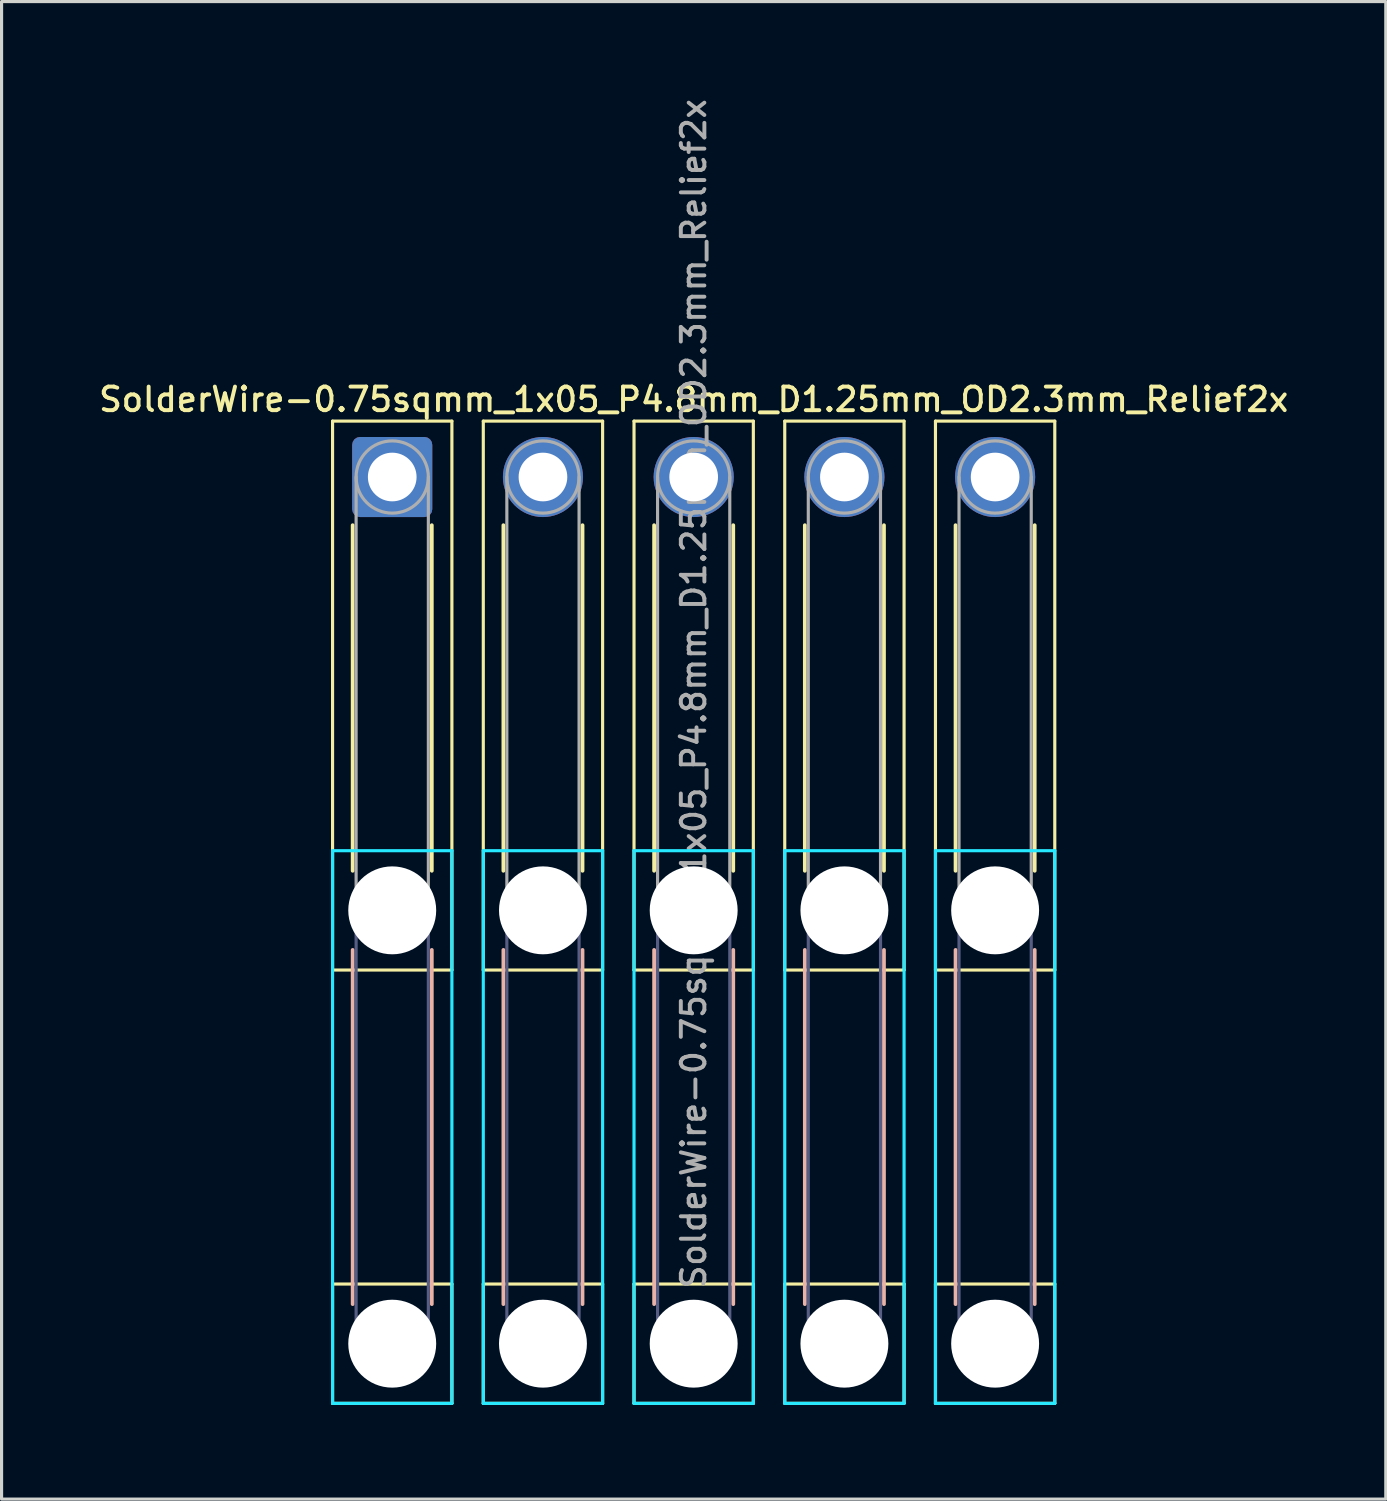
<source format=kicad_pcb>
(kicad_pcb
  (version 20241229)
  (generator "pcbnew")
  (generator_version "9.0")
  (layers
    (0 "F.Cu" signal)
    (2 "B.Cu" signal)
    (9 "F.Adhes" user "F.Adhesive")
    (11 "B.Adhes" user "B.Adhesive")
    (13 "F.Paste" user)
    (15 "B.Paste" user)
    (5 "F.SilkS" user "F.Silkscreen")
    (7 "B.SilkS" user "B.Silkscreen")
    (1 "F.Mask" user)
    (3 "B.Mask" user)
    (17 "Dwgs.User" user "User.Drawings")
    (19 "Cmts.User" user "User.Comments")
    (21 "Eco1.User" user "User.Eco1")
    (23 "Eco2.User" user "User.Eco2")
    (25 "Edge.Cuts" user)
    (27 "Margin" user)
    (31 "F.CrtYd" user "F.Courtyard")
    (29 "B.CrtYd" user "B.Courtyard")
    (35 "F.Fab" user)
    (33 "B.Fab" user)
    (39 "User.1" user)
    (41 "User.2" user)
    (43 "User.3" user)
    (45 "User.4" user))
  (footprint "SolderWire-0.75sqmm_1x05_P4.8mm_D1.25mm_OD2.3mm_Relief2x"
    (layer "F.Cu")
    (at 9.441 12.141)
    (property "Reference" "SolderWire-0.75sqmm_1x05_P4.8mm_D1.25mm_OD2.3mm_Relief2x" (at 9.6 -2.47 0) (layer "F.SilkS") (effects (font (size 0.75 0.75) (thickness 0.125))))
    (attr exclude_from_pos_files exclude_from_bom)
    (fp_line (start -1.9 -1.78) (end -1.9 15.7) (stroke (width 0.1) (type solid)) (layer "F.SilkS"))
    (fp_line (start -1.9 15.7) (end 1.9 15.7) (stroke (width 0.1) (type solid)) (layer "F.SilkS"))
    (fp_line (start -1.9 25.7) (end -1.9 29.5) (stroke (width 0.1) (type solid)) (layer "F.SilkS"))
    (fp_line (start -1.9 29.5) (end 1.9 29.5) (stroke (width 0.1) (type solid)) (layer "F.SilkS"))
    (fp_line (start -1.26 1.535) (end -1.26 12.54) (stroke (width 0.12) (type solid)) (layer "F.SilkS"))
    (fp_line (start 1.26 1.535) (end 1.26 12.54) (stroke (width 0.12) (type solid)) (layer "F.SilkS"))
    (fp_line (start 1.9 -1.78) (end -1.9 -1.78) (stroke (width 0.1) (type solid)) (layer "F.SilkS"))
    (fp_line (start 1.9 15.7) (end 1.9 -1.78) (stroke (width 0.1) (type solid)) (layer "F.SilkS"))
    (fp_line (start 1.9 25.7) (end -1.9 25.7) (stroke (width 0.1) (type solid)) (layer "F.SilkS"))
    (fp_line (start 1.9 29.5) (end 1.9 25.7) (stroke (width 0.1) (type solid)) (layer "F.SilkS"))
    (fp_line (start 2.9 -1.78) (end 2.9 15.7) (stroke (width 0.1) (type solid)) (layer "F.SilkS"))
    (fp_line (start 2.9 15.7) (end 6.7 15.7) (stroke (width 0.1) (type solid)) (layer "F.SilkS"))
    (fp_line (start 2.9 25.7) (end 2.9 29.5) (stroke (width 0.1) (type solid)) (layer "F.SilkS"))
    (fp_line (start 2.9 29.5) (end 6.7 29.5) (stroke (width 0.1) (type solid)) (layer "F.SilkS"))
    (fp_line (start 3.54 1.535) (end 3.54 12.54) (stroke (width 0.12) (type solid)) (layer "F.SilkS"))
    (fp_line (start 6.06 1.535) (end 6.06 12.54) (stroke (width 0.12) (type solid)) (layer "F.SilkS"))
    (fp_line (start 6.7 -1.78) (end 2.9 -1.78) (stroke (width 0.1) (type solid)) (layer "F.SilkS"))
    (fp_line (start 6.7 15.7) (end 6.7 -1.78) (stroke (width 0.1) (type solid)) (layer "F.SilkS"))
    (fp_line (start 6.7 25.7) (end 2.9 25.7) (stroke (width 0.1) (type solid)) (layer "F.SilkS"))
    (fp_line (start 6.7 29.5) (end 6.7 25.7) (stroke (width 0.1) (type solid)) (layer "F.SilkS"))
    (fp_line (start 7.7 -1.78) (end 7.7 15.7) (stroke (width 0.1) (type solid)) (layer "F.SilkS"))
    (fp_line (start 7.7 15.7) (end 11.5 15.7) (stroke (width 0.1) (type solid)) (layer "F.SilkS"))
    (fp_line (start 7.7 25.7) (end 7.7 29.5) (stroke (width 0.1) (type solid)) (layer "F.SilkS"))
    (fp_line (start 7.7 29.5) (end 11.5 29.5) (stroke (width 0.1) (type solid)) (layer "F.SilkS"))
    (fp_line (start 8.34 1.535) (end 8.34 12.54) (stroke (width 0.12) (type solid)) (layer "F.SilkS"))
    (fp_line (start 10.86 1.535) (end 10.86 12.54) (stroke (width 0.12) (type solid)) (layer "F.SilkS"))
    (fp_line (start 11.5 -1.78) (end 7.7 -1.78) (stroke (width 0.1) (type solid)) (layer "F.SilkS"))
    (fp_line (start 11.5 15.7) (end 11.5 -1.78) (stroke (width 0.1) (type solid)) (layer "F.SilkS"))
    (fp_line (start 11.5 25.7) (end 7.7 25.7) (stroke (width 0.1) (type solid)) (layer "F.SilkS"))
    (fp_line (start 11.5 29.5) (end 11.5 25.7) (stroke (width 0.1) (type solid)) (layer "F.SilkS"))
    (fp_line (start 12.5 -1.78) (end 12.5 15.7) (stroke (width 0.1) (type solid)) (layer "F.SilkS"))
    (fp_line (start 12.5 15.7) (end 16.3 15.7) (stroke (width 0.1) (type solid)) (layer "F.SilkS"))
    (fp_line (start 12.5 25.7) (end 12.5 29.5) (stroke (width 0.1) (type solid)) (layer "F.SilkS"))
    (fp_line (start 12.5 29.5) (end 16.3 29.5) (stroke (width 0.1) (type solid)) (layer "F.SilkS"))
    (fp_line (start 13.14 1.535) (end 13.14 12.54) (stroke (width 0.12) (type solid)) (layer "F.SilkS"))
    (fp_line (start 15.66 1.535) (end 15.66 12.54) (stroke (width 0.12) (type solid)) (layer "F.SilkS"))
    (fp_line (start 16.3 -1.78) (end 12.5 -1.78) (stroke (width 0.1) (type solid)) (layer "F.SilkS"))
    (fp_line (start 16.3 15.7) (end 16.3 -1.78) (stroke (width 0.1) (type solid)) (layer "F.SilkS"))
    (fp_line (start 16.3 25.7) (end 12.5 25.7) (stroke (width 0.1) (type solid)) (layer "F.SilkS"))
    (fp_line (start 16.3 29.5) (end 16.3 25.7) (stroke (width 0.1) (type solid)) (layer "F.SilkS"))
    (fp_line (start 17.3 -1.78) (end 17.3 15.7) (stroke (width 0.1) (type solid)) (layer "F.SilkS"))
    (fp_line (start 17.3 15.7) (end 21.1 15.7) (stroke (width 0.1) (type solid)) (layer "F.SilkS"))
    (fp_line (start 17.3 25.7) (end 17.3 29.5) (stroke (width 0.1) (type solid)) (layer "F.SilkS"))
    (fp_line (start 17.3 29.5) (end 21.1 29.5) (stroke (width 0.1) (type solid)) (layer "F.SilkS"))
    (fp_line (start 17.94 1.535) (end 17.94 12.54) (stroke (width 0.12) (type solid)) (layer "F.SilkS"))
    (fp_line (start 20.46 1.535) (end 20.46 12.54) (stroke (width 0.12) (type solid)) (layer "F.SilkS"))
    (fp_line (start 21.1 -1.78) (end 17.3 -1.78) (stroke (width 0.1) (type solid)) (layer "F.SilkS"))
    (fp_line (start 21.1 15.7) (end 21.1 -1.78) (stroke (width 0.1) (type solid)) (layer "F.SilkS"))
    (fp_line (start 21.1 25.7) (end 17.3 25.7) (stroke (width 0.1) (type solid)) (layer "F.SilkS"))
    (fp_line (start 21.1 29.5) (end 21.1 25.7) (stroke (width 0.1) (type solid)) (layer "F.SilkS"))
    (fp_line (start -1.26 15.06) (end -1.26 26.34) (stroke (width 0.12) (type solid)) (layer "B.SilkS"))
    (fp_line (start 1.26 15.06) (end 1.26 26.34) (stroke (width 0.12) (type solid)) (layer "B.SilkS"))
    (fp_line (start 3.54 15.06) (end 3.54 26.34) (stroke (width 0.12) (type solid)) (layer "B.SilkS"))
    (fp_line (start 6.06 15.06) (end 6.06 26.34) (stroke (width 0.12) (type solid)) (layer "B.SilkS"))
    (fp_line (start 8.34 15.06) (end 8.34 26.34) (stroke (width 0.12) (type solid)) (layer "B.SilkS"))
    (fp_line (start 10.86 15.06) (end 10.86 26.34) (stroke (width 0.12) (type solid)) (layer "B.SilkS"))
    (fp_line (start 13.14 15.06) (end 13.14 26.34) (stroke (width 0.12) (type solid)) (layer "B.SilkS"))
    (fp_line (start 15.66 15.06) (end 15.66 26.34) (stroke (width 0.12) (type solid)) (layer "B.SilkS"))
    (fp_line (start 17.94 15.06) (end 17.94 26.34) (stroke (width 0.12) (type solid)) (layer "B.SilkS"))
    (fp_line (start 20.46 15.06) (end 20.46 26.34) (stroke (width 0.12) (type solid)) (layer "B.SilkS"))
    (fp_line (start -1.9 11.9) (end -1.9 29.5) (stroke (width 0.1) (type solid)) (layer "B.CrtYd"))
    (fp_line (start -1.9 29.5) (end 1.9 29.5) (stroke (width 0.1) (type solid)) (layer "B.CrtYd"))
    (fp_line (start 1.9 11.9) (end -1.9 11.9) (stroke (width 0.1) (type solid)) (layer "B.CrtYd"))
    (fp_line (start 1.9 29.5) (end 1.9 11.9) (stroke (width 0.1) (type solid)) (layer "B.CrtYd"))
    (fp_line (start 2.9 11.9) (end 2.9 29.5) (stroke (width 0.1) (type solid)) (layer "B.CrtYd"))
    (fp_line (start 2.9 29.5) (end 6.7 29.5) (stroke (width 0.1) (type solid)) (layer "B.CrtYd"))
    (fp_line (start 6.7 11.9) (end 2.9 11.9) (stroke (width 0.1) (type solid)) (layer "B.CrtYd"))
    (fp_line (start 6.7 29.5) (end 6.7 11.9) (stroke (width 0.1) (type solid)) (layer "B.CrtYd"))
    (fp_line (start 7.7 11.9) (end 7.7 29.5) (stroke (width 0.1) (type solid)) (layer "B.CrtYd"))
    (fp_line (start 7.7 29.5) (end 11.5 29.5) (stroke (width 0.1) (type solid)) (layer "B.CrtYd"))
    (fp_line (start 11.5 11.9) (end 7.7 11.9) (stroke (width 0.1) (type solid)) (layer "B.CrtYd"))
    (fp_line (start 11.5 29.5) (end 11.5 11.9) (stroke (width 0.1) (type solid)) (layer "B.CrtYd"))
    (fp_line (start 12.5 11.9) (end 12.5 29.5) (stroke (width 0.1) (type solid)) (layer "B.CrtYd"))
    (fp_line (start 12.5 29.5) (end 16.3 29.5) (stroke (width 0.1) (type solid)) (layer "B.CrtYd"))
    (fp_line (start 16.3 11.9) (end 12.5 11.9) (stroke (width 0.1) (type solid)) (layer "B.CrtYd"))
    (fp_line (start 16.3 29.5) (end 16.3 11.9) (stroke (width 0.1) (type solid)) (layer "B.CrtYd"))
    (fp_line (start 17.3 11.9) (end 17.3 29.5) (stroke (width 0.1) (type solid)) (layer "B.CrtYd"))
    (fp_line (start 17.3 29.5) (end 21.1 29.5) (stroke (width 0.1) (type solid)) (layer "B.CrtYd"))
    (fp_line (start 21.1 11.9) (end 17.3 11.9) (stroke (width 0.1) (type solid)) (layer "B.CrtYd"))
    (fp_line (start 21.1 29.5) (end 21.1 11.9) (stroke (width 0.1) (type solid)) (layer "B.CrtYd"))
    (fp_line (start -1.15 13.8) (end -1.15 27.6) (stroke (width 0.1) (type solid)) (layer "B.Fab"))
    (fp_line (start 1.15 13.8) (end 1.15 27.6) (stroke (width 0.1) (type solid)) (layer "B.Fab"))
    (fp_line (start 3.65 13.8) (end 3.65 27.6) (stroke (width 0.1) (type solid)) (layer "B.Fab"))
    (fp_line (start 5.95 13.8) (end 5.95 27.6) (stroke (width 0.1) (type solid)) (layer "B.Fab"))
    (fp_line (start 8.45 13.8) (end 8.45 27.6) (stroke (width 0.1) (type solid)) (layer "B.Fab"))
    (fp_line (start 10.75 13.8) (end 10.75 27.6) (stroke (width 0.1) (type solid)) (layer "B.Fab"))
    (fp_line (start 13.25 13.8) (end 13.25 27.6) (stroke (width 0.1) (type solid)) (layer "B.Fab"))
    (fp_line (start 15.55 13.8) (end 15.55 27.6) (stroke (width 0.1) (type solid)) (layer "B.Fab"))
    (fp_line (start 18.05 13.8) (end 18.05 27.6) (stroke (width 0.1) (type solid)) (layer "B.Fab"))
    (fp_line (start 20.35 13.8) (end 20.35 27.6) (stroke (width 0.1) (type solid)) (layer "B.Fab"))
    (fp_circle (center 0 13.8) (end 1.15 13.8) (stroke (width 0.1) (type solid)) (fill no) (layer "B.Fab"))
    (fp_circle (center 0 27.6) (end 1.15 27.6) (stroke (width 0.1) (type solid)) (fill no) (layer "B.Fab"))
    (fp_circle (center 4.8 13.8) (end 5.95 13.8) (stroke (width 0.1) (type solid)) (fill no) (layer "B.Fab"))
    (fp_circle (center 4.8 27.6) (end 5.95 27.6) (stroke (width 0.1) (type solid)) (fill no) (layer "B.Fab"))
    (fp_circle (center 9.6 13.8) (end 10.75 13.8) (stroke (width 0.1) (type solid)) (fill no) (layer "B.Fab"))
    (fp_circle (center 9.6 27.6) (end 10.75 27.6) (stroke (width 0.1) (type solid)) (fill no) (layer "B.Fab"))
    (fp_circle (center 14.4 13.8) (end 15.55 13.8) (stroke (width 0.1) (type solid)) (fill no) (layer "B.Fab"))
    (fp_circle (center 14.4 27.6) (end 15.55 27.6) (stroke (width 0.1) (type solid)) (fill no) (layer "B.Fab"))
    (fp_circle (center 19.2 13.8) (end 20.35 13.8) (stroke (width 0.1) (type solid)) (fill no) (layer "B.Fab"))
    (fp_circle (center 19.2 27.6) (end 20.35 27.6) (stroke (width 0.1) (type solid)) (fill no) (layer "B.Fab"))
    (fp_line (start -1.15 0) (end -1.15 13.8) (stroke (width 0.1) (type solid)) (layer "F.Fab"))
    (fp_line (start 1.15 0) (end 1.15 13.8) (stroke (width 0.1) (type solid)) (layer "F.Fab"))
    (fp_line (start 3.65 0) (end 3.65 13.8) (stroke (width 0.1) (type solid)) (layer "F.Fab"))
    (fp_line (start 5.95 0) (end 5.95 13.8) (stroke (width 0.1) (type solid)) (layer "F.Fab"))
    (fp_line (start 8.45 0) (end 8.45 13.8) (stroke (width 0.1) (type solid)) (layer "F.Fab"))
    (fp_line (start 10.75 0) (end 10.75 13.8) (stroke (width 0.1) (type solid)) (layer "F.Fab"))
    (fp_line (start 13.25 0) (end 13.25 13.8) (stroke (width 0.1) (type solid)) (layer "F.Fab"))
    (fp_line (start 15.55 0) (end 15.55 13.8) (stroke (width 0.1) (type solid)) (layer "F.Fab"))
    (fp_line (start 18.05 0) (end 18.05 13.8) (stroke (width 0.1) (type solid)) (layer "F.Fab"))
    (fp_line (start 20.35 0) (end 20.35 13.8) (stroke (width 0.1) (type solid)) (layer "F.Fab"))
    (fp_circle (center 0 0) (end 1.15 0) (stroke (width 0.1) (type solid)) (fill no) (layer "F.Fab"))
    (fp_circle (center 0 13.8) (end 1.15 13.8) (stroke (width 0.1) (type solid)) (fill no) (layer "F.Fab"))
    (fp_circle (center 0 27.6) (end 1.15 27.6) (stroke (width 0.1) (type solid)) (fill no) (layer "F.Fab"))
    (fp_circle (center 4.8 0) (end 5.95 0) (stroke (width 0.1) (type solid)) (fill no) (layer "F.Fab"))
    (fp_circle (center 4.8 13.8) (end 5.95 13.8) (stroke (width 0.1) (type solid)) (fill no) (layer "F.Fab"))
    (fp_circle (center 4.8 27.6) (end 5.95 27.6) (stroke (width 0.1) (type solid)) (fill no) (layer "F.Fab"))
    (fp_circle (center 9.6 0) (end 10.75 0) (stroke (width 0.1) (type solid)) (fill no) (layer "F.Fab"))
    (fp_circle (center 9.6 13.8) (end 10.75 13.8) (stroke (width 0.1) (type solid)) (fill no) (layer "F.Fab"))
    (fp_circle (center 9.6 27.6) (end 10.75 27.6) (stroke (width 0.1) (type solid)) (fill no) (layer "F.Fab"))
    (fp_circle (center 14.4 0) (end 15.55 0) (stroke (width 0.1) (type solid)) (fill no) (layer "F.Fab"))
    (fp_circle (center 14.4 13.8) (end 15.55 13.8) (stroke (width 0.1) (type solid)) (fill no) (layer "F.Fab"))
    (fp_circle (center 14.4 27.6) (end 15.55 27.6) (stroke (width 0.1) (type solid)) (fill no) (layer "F.Fab"))
    (fp_circle (center 19.2 0) (end 20.35 0) (stroke (width 0.1) (type solid)) (fill no) (layer "F.Fab"))
    (fp_circle (center 19.2 13.8) (end 20.35 13.8) (stroke (width 0.1) (type solid)) (fill no) (layer "F.Fab"))
    (fp_circle (center 19.2 27.6) (end 20.35 27.6) (stroke (width 0.1) (type solid)) (fill no) (layer "F.Fab"))
    (fp_text user "${REFERENCE}" (at 9.6 6.9 90) (layer "F.Fab") (effects (font (size 0.75 0.75) (thickness 0.125))))
    (pad "" np_thru_hole circle (at 0 13.8) (size 2.8 2.8) (drill 2.8) (layers "*.Cu" "*.Mask"))
    (pad "" np_thru_hole circle (at 0 27.6) (size 2.8 2.8) (drill 2.8) (layers "*.Cu" "*.Mask"))
    (pad "" np_thru_hole circle (at 4.8 13.8) (size 2.8 2.8) (drill 2.8) (layers "*.Cu" "*.Mask"))
    (pad "" np_thru_hole circle (at 4.8 27.6) (size 2.8 2.8) (drill 2.8) (layers "*.Cu" "*.Mask"))
    (pad "" np_thru_hole circle (at 9.6 13.8) (size 2.8 2.8) (drill 2.8) (layers "*.Cu" "*.Mask"))
    (pad "" np_thru_hole circle (at 9.6 27.6) (size 2.8 2.8) (drill 2.8) (layers "*.Cu" "*.Mask"))
    (pad "" np_thru_hole circle (at 14.4 13.8) (size 2.8 2.8) (drill 2.8) (layers "*.Cu" "*.Mask"))
    (pad "" np_thru_hole circle (at 14.4 27.6) (size 2.8 2.8) (drill 2.8) (layers "*.Cu" "*.Mask"))
    (pad "" np_thru_hole circle (at 19.2 13.8) (size 2.8 2.8) (drill 2.8) (layers "*.Cu" "*.Mask"))
    (pad "" np_thru_hole circle (at 19.2 27.6) (size 2.8 2.8) (drill 2.8) (layers "*.Cu" "*.Mask"))
    (pad "1" thru_hole roundrect (at 0 0) (size 2.55 2.55) (drill 1.55) (layers "*.Cu" "*.Mask") (roundrect_rratio 0.098))
    (pad "2" thru_hole circle (at 4.8 0) (size 2.55 2.55) (drill 1.55) (layers "*.Cu" "*.Mask"))
    (pad "3" thru_hole circle (at 9.6 0) (size 2.55 2.55) (drill 1.55) (layers "*.Cu" "*.Mask"))
    (pad "4" thru_hole circle (at 14.4 0) (size 2.55 2.55) (drill 1.55) (layers "*.Cu" "*.Mask"))
    (pad "5" thru_hole circle (at 19.2 0) (size 2.55 2.55) (drill 1.55) (layers "*.Cu" "*.Mask")))
  (gr_rect
    (start -3 -3)
    (end 41.082 44.691)
    (stroke (width 0.1) (type default))
    (fill no)
    (layer "Edge.Cuts")))
</source>
